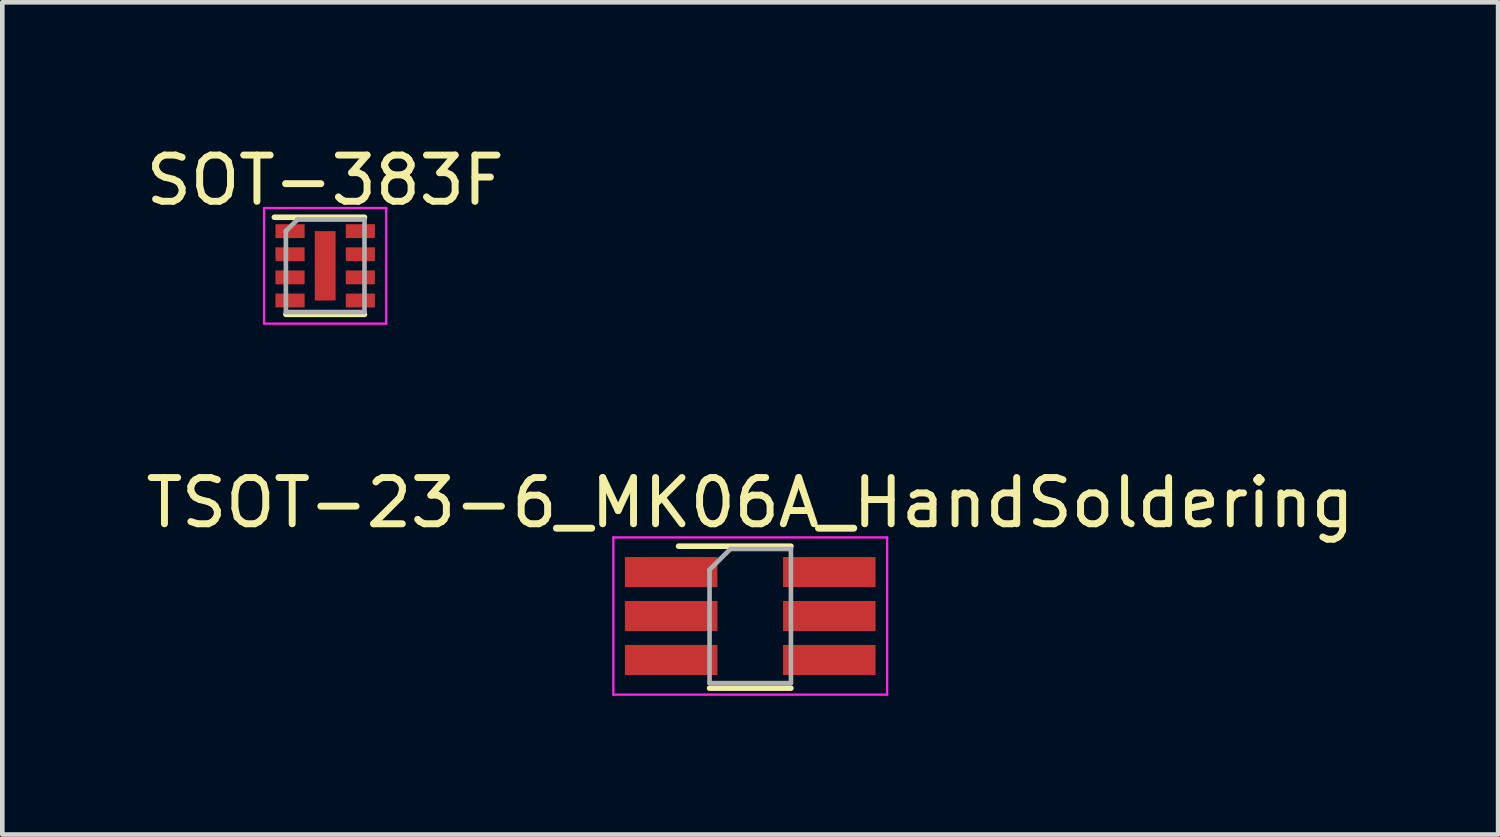
<source format=kicad_pcb>
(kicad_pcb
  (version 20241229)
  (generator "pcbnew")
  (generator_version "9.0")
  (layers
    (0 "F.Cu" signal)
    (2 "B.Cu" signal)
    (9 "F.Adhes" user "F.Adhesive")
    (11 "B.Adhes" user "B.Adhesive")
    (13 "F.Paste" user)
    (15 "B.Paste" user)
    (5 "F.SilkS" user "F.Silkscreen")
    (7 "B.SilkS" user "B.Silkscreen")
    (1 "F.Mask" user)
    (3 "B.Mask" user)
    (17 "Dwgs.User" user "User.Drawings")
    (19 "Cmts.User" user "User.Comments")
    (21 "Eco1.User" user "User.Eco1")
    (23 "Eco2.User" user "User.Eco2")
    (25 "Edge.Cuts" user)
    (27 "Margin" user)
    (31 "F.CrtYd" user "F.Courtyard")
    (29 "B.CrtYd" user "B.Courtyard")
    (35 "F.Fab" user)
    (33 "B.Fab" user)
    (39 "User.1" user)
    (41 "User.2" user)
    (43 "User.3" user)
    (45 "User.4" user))
  (footprint "TSOT-23-6_MK06A_HandSoldering"
    (layer "F.Cu")
    (at 13.173 10.271)
    (property "Reference" "TSOT-23-6_MK06A_HandSoldering" (at 0 -2.45 0) (layer "F.SilkS") (effects (font (size 1 1) (thickness 0.15))))
    (attr smd)
    (fp_line (start -0.88 1.56) (end 0.88 1.56) (stroke (width 0.12) (type solid)) (layer "F.SilkS"))
    (fp_line (start 0.88 -1.51) (end -1.55 -1.51) (stroke (width 0.12) (type solid)) (layer "F.SilkS"))
    (fp_line (start -2.96 -1.7) (end -2.96 1.7) (stroke (width 0.05) (type solid)) (layer "F.CrtYd"))
    (fp_line (start -2.96 -1.7) (end 2.96 -1.7) (stroke (width 0.05) (type solid)) (layer "F.CrtYd"))
    (fp_line (start 2.96 1.7) (end -2.96 1.7) (stroke (width 0.05) (type solid)) (layer "F.CrtYd"))
    (fp_line (start 2.96 1.7) (end 2.96 -1.7) (stroke (width 0.05) (type solid)) (layer "F.CrtYd"))
    (fp_line (start -0.88 -1) (end -0.88 1.45) (stroke (width 0.1) (type solid)) (layer "F.Fab"))
    (fp_line (start -0.88 -1) (end -0.43 -1.45) (stroke (width 0.1) (type solid)) (layer "F.Fab"))
    (fp_line (start 0.88 -1.45) (end -0.43 -1.45) (stroke (width 0.1) (type solid)) (layer "F.Fab"))
    (fp_line (start 0.88 -1.45) (end 0.88 1.45) (stroke (width 0.1) (type solid)) (layer "F.Fab"))
    (fp_line (start 0.88 1.45) (end -0.88 1.45) (stroke (width 0.1) (type solid)) (layer "F.Fab"))
    (pad "1" smd rect (at -1.71 -0.95) (size 2 0.65) (layers "F.Cu" "F.Mask" "F.Paste"))
    (pad "2" smd rect (at -1.71 0) (size 2 0.65) (layers "F.Cu" "F.Mask" "F.Paste"))
    (pad "3" smd rect (at -1.71 0.95) (size 2 0.65) (layers "F.Cu" "F.Mask" "F.Paste"))
    (pad "4" smd rect (at 1.71 0.95) (size 2 0.65) (layers "F.Cu" "F.Mask" "F.Paste"))
    (pad "5" smd rect (at 1.71 0) (size 2 0.65) (layers "F.Cu" "F.Mask" "F.Paste"))
    (pad "6" smd rect (at 1.71 -0.95) (size 2 0.65) (layers "F.Cu" "F.Mask" "F.Paste")))
  (footprint "SOT-383F"
    (layer "F.Cu")
    (at 3.982 2.698)
    (property "Reference" "SOT-383F" (at 0 -1.85 0) (layer "F.SilkS") (effects (font (size 1 1) (thickness 0.15))))
    (attr smd)
    (fp_line (start -0.85 1.05) (end 0.85 1.05) (stroke (width 0.12) (type solid)) (layer "F.SilkS"))
    (fp_line (start 0.85 -1.05) (end -1.1 -1.05) (stroke (width 0.12) (type solid)) (layer "F.SilkS"))
    (fp_line (start -1.32 -1.25) (end -1.32 1.25) (stroke (width 0.05) (type solid)) (layer "F.CrtYd"))
    (fp_line (start -1.32 -1.25) (end 1.32 -1.25) (stroke (width 0.05) (type solid)) (layer "F.CrtYd"))
    (fp_line (start 1.32 1.25) (end -1.32 1.25) (stroke (width 0.05) (type solid)) (layer "F.CrtYd"))
    (fp_line (start 1.32 1.25) (end 1.32 -1.25) (stroke (width 0.05) (type solid)) (layer "F.CrtYd"))
    (fp_line (start -0.85 -0.75) (end -0.85 1) (stroke (width 0.1) (type solid)) (layer "F.Fab"))
    (fp_line (start -0.85 -0.75) (end -0.6 -1) (stroke (width 0.1) (type solid)) (layer "F.Fab"))
    (fp_line (start -0.85 1) (end 0.85 1) (stroke (width 0.1) (type solid)) (layer "F.Fab"))
    (fp_line (start -0.6 -1) (end 0.85 -1) (stroke (width 0.1) (type solid)) (layer "F.Fab"))
    (fp_line (start 0.85 1) (end 0.85 -1) (stroke (width 0.1) (type solid)) (layer "F.Fab"))
    (pad "1" smd rect (at -0.76 -0.75) (size 0.63 0.3) (layers "F.Cu" "F.Mask" "F.Paste"))
    (pad "2" smd rect (at -0.76 -0.25) (size 0.63 0.3) (layers "F.Cu" "F.Mask" "F.Paste"))
    (pad "3" smd rect (at -0.76 0.25) (size 0.63 0.3) (layers "F.Cu" "F.Mask" "F.Paste"))
    (pad "4" smd rect (at -0.76 0.75) (size 0.63 0.3) (layers "F.Cu" "F.Mask" "F.Paste"))
    (pad "5" smd rect (at 0.76 0.75) (size 0.63 0.3) (layers "F.Cu" "F.Mask" "F.Paste"))
    (pad "6" smd rect (at 0.76 0.25) (size 0.63 0.3) (layers "F.Cu" "F.Mask" "F.Paste"))
    (pad "7" smd rect (at 0.76 -0.25) (size 0.63 0.3) (layers "F.Cu" "F.Mask" "F.Paste"))
    (pad "8" smd rect (at 0.76 -0.75) (size 0.63 0.3) (layers "F.Cu" "F.Mask" "F.Paste"))
    (pad "9" smd rect (at 0 0) (size 0.45 1.5) (layers "F.Cu" "F.Mask" "F.Paste")))
  (gr_rect
    (start -3 -3)
    (end 29.345 14.996)
    (stroke (width 0.1) (type default))
    (fill no)
    (layer "Edge.Cuts")))
</source>
